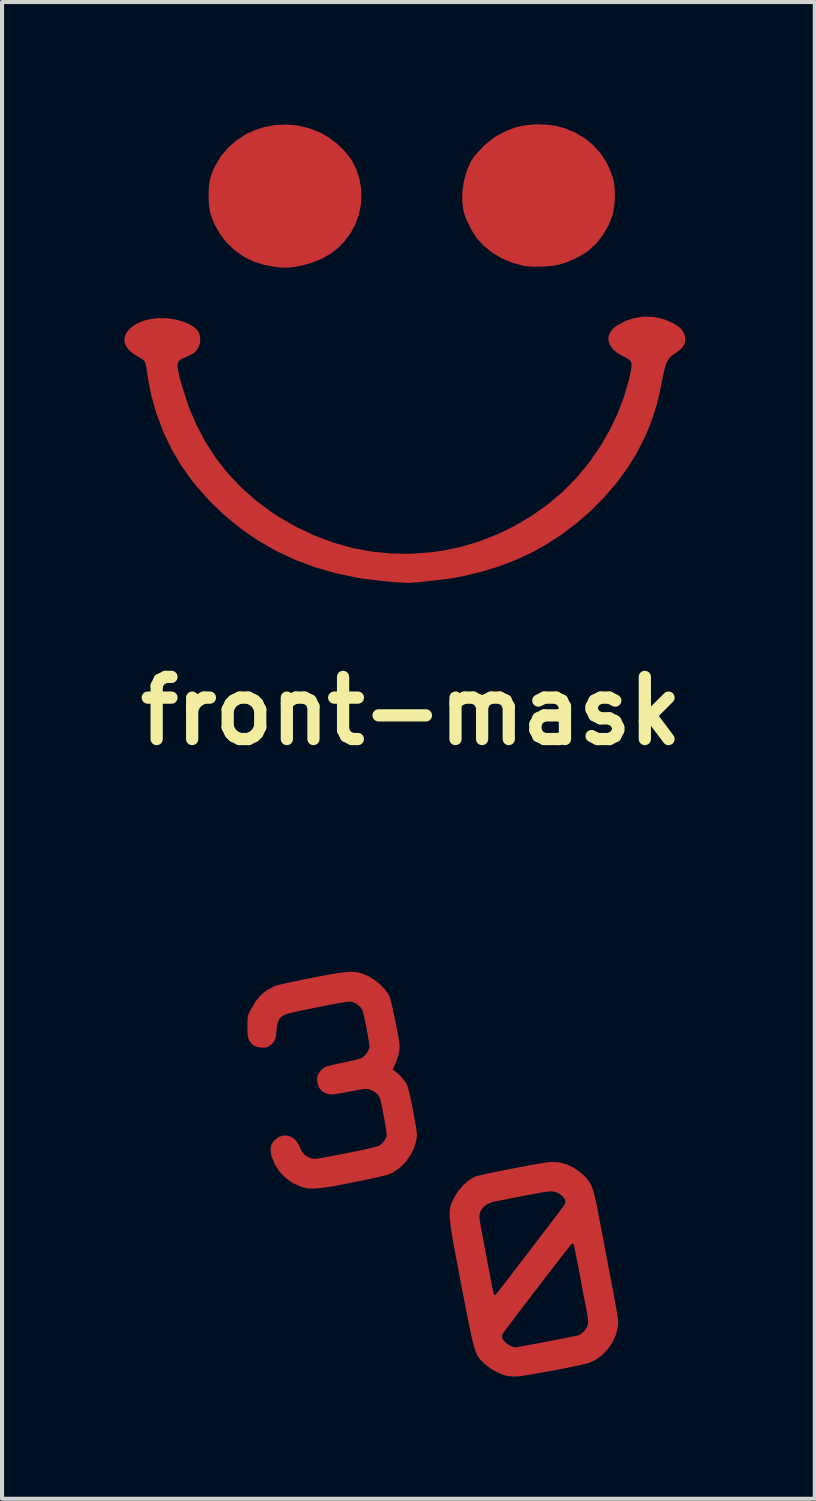
<source format=kicad_pcb>
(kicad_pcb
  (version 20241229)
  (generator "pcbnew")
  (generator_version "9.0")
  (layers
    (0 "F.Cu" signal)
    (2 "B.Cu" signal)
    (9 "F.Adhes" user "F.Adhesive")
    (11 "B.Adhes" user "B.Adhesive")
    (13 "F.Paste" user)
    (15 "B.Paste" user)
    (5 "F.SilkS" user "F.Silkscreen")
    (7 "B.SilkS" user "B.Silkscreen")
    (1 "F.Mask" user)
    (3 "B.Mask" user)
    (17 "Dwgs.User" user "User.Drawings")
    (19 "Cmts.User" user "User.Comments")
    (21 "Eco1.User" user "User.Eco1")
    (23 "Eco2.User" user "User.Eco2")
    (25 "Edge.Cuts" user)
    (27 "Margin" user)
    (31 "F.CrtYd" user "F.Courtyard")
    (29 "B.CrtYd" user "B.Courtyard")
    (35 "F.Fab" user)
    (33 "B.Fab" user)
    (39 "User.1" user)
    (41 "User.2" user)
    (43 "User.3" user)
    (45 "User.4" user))
  (footprint "front-mask"
    (layer "F.Cu")
    (at 7.034 14.388)
    (property "Reference" "front-mask" (at 0 0 0) (layer "F.SilkS") (effects (font (size 1.524 1.524) (thickness 0.3))))
    (attr board_only exclude_from_pos_files exclude_from_bom)
    (fp_poly (pts (xy -2.775 -14.357) (xy -2.506 -14.295) (xy -2.251 -14.197) (xy -2.215 -14.18) (xy -2.014 -14.062) (xy -1.823 -13.918) (xy -1.651 -13.755) (xy -1.507 -13.582) (xy -1.442 -13.485) (xy -1.338 -13.272) (xy -1.264 -13.038) (xy -1.224 -12.793) (xy -1.22 -12.548) (xy -1.228 -12.452) (xy -1.278 -12.186) (xy -1.363 -11.944) (xy -1.483 -11.72) (xy -1.642 -11.511) (xy -1.788 -11.361) (xy -1.97 -11.218) (xy -2.184 -11.095) (xy -2.424 -10.996) (xy -2.684 -10.923) (xy -2.869 -10.89) (xy -2.978 -10.877) (xy -3.07 -10.872) (xy -3.163 -10.874) (xy -3.273 -10.883) (xy -3.326 -10.889) (xy -3.613 -10.942) (xy -3.879 -11.031) (xy -4.123 -11.154) (xy -4.342 -11.31) (xy -4.535 -11.497) (xy -4.699 -11.714) (xy -4.82 -11.932) (xy -4.879 -12.069) (xy -4.921 -12.193) (xy -4.948 -12.32) (xy -4.962 -12.46) (xy -4.967 -12.628) (xy -4.967 -12.647) (xy -4.962 -12.828) (xy -4.945 -12.981) (xy -4.911 -13.121) (xy -4.859 -13.261) (xy -4.804 -13.377) (xy -4.666 -13.605) (xy -4.494 -13.81) (xy -4.291 -13.99) (xy -4.061 -14.14) (xy -3.862 -14.236) (xy -3.602 -14.322) (xy -3.33 -14.371) (xy -3.052 -14.382)) (stroke (width 0) (type solid)) (fill yes) (layer "F.Cu"))
    (fp_poly (pts (xy 3.357 -14.378) (xy 3.575 -14.346) (xy 3.782 -14.288) (xy 3.993 -14.201) (xy 4.038 -14.179) (xy 4.268 -14.041) (xy 4.473 -13.872) (xy 4.65 -13.674) (xy 4.795 -13.451) (xy 4.905 -13.207) (xy 4.96 -13.029) (xy 4.986 -12.877) (xy 4.998 -12.702) (xy 4.995 -12.519) (xy 4.978 -12.342) (xy 4.947 -12.187) (xy 4.936 -12.149) (xy 4.84 -11.908) (xy 4.711 -11.682) (xy 4.554 -11.48) (xy 4.379 -11.312) (xy 4.259 -11.226) (xy 4.111 -11.14) (xy 3.948 -11.061) (xy 3.784 -10.994) (xy 3.644 -10.95) (xy 3.509 -10.924) (xy 3.35 -10.906) (xy 3.179 -10.896) (xy 3.01 -10.895) (xy 2.858 -10.904) (xy 2.746 -10.92) (xy 2.469 -10.997) (xy 2.211 -11.108) (xy 1.976 -11.251) (xy 1.769 -11.422) (xy 1.632 -11.571) (xy 1.552 -11.682) (xy 1.471 -11.817) (xy 1.397 -11.964) (xy 1.335 -12.108) (xy 1.291 -12.238) (xy 1.282 -12.277) (xy 1.254 -12.5) (xy 1.257 -12.737) (xy 1.291 -12.978) (xy 1.353 -13.212) (xy 1.441 -13.427) (xy 1.485 -13.51) (xy 1.557 -13.612) (xy 1.655 -13.726) (xy 1.77 -13.844) (xy 1.893 -13.955) (xy 2.014 -14.05) (xy 2.108 -14.111) (xy 2.331 -14.227) (xy 2.546 -14.309) (xy 2.763 -14.361) (xy 2.996 -14.385) (xy 3.114 -14.388)) (stroke (width 0) (type solid)) (fill yes) (layer "F.Cu"))
    (fp_poly (pts (xy 5.916 -9.667) (xy 6.139 -9.626) (xy 6.266 -9.583) (xy 6.418 -9.515) (xy 6.534 -9.448) (xy 6.618 -9.377) (xy 6.676 -9.297) (xy 6.713 -9.203) (xy 6.714 -9.199) (xy 6.725 -9.085) (xy 6.696 -8.98) (xy 6.624 -8.883) (xy 6.512 -8.794) (xy 6.493 -8.782) (xy 6.414 -8.729) (xy 6.352 -8.673) (xy 6.301 -8.606) (xy 6.26 -8.522) (xy 6.225 -8.415) (xy 6.192 -8.278) (xy 6.162 -8.127) (xy 6.095 -7.798) (xy 6.02 -7.498) (xy 5.932 -7.215) (xy 5.828 -6.938) (xy 5.73 -6.71) (xy 5.534 -6.324) (xy 5.299 -5.946) (xy 5.029 -5.58) (xy 4.727 -5.23) (xy 4.396 -4.899) (xy 4.041 -4.59) (xy 3.664 -4.308) (xy 3.269 -4.055) (xy 2.934 -3.872) (xy 2.551 -3.696) (xy 2.141 -3.541) (xy 1.714 -3.41) (xy 1.281 -3.306) (xy 0.995 -3.253) (xy 0.916 -3.242) (xy 0.812 -3.228) (xy 0.689 -3.213) (xy 0.555 -3.198) (xy 0.418 -3.183) (xy 0.283 -3.169) (xy 0.16 -3.157) (xy 0.054 -3.147) (xy -0.027 -3.141) (xy -0.075 -3.139) (xy -0.083 -3.139) (xy -0.121 -3.142) (xy -0.186 -3.146) (xy -0.254 -3.15) (xy -0.388 -3.158) (xy -0.552 -3.172) (xy -0.731 -3.19) (xy -0.915 -3.211) (xy -1.089 -3.233) (xy -1.242 -3.254) (xy -1.303 -3.264) (xy -1.835 -3.374) (xy -2.346 -3.52) (xy -2.835 -3.703) (xy -3.302 -3.921) (xy -3.746 -4.174) (xy -4.167 -4.462) (xy -4.564 -4.786) (xy -4.936 -5.143) (xy -5.284 -5.535) (xy -5.376 -5.65) (xy -5.643 -6.025) (xy -5.878 -6.425) (xy -6.079 -6.846) (xy -6.244 -7.285) (xy -6.372 -7.736) (xy -6.462 -8.196) (xy -6.482 -8.345) (xy -6.496 -8.434) (xy -6.513 -8.511) (xy -6.531 -8.564) (xy -6.536 -8.572) (xy -6.572 -8.609) (xy -6.632 -8.652) (xy -6.678 -8.677) (xy -6.824 -8.766) (xy -6.933 -8.863) (xy -7.003 -8.967) (xy -7.034 -9.074) (xy -7.025 -9.182) (xy -6.976 -9.289) (xy -6.886 -9.392) (xy -6.885 -9.392) (xy -6.745 -9.492) (xy -6.577 -9.566) (xy -6.388 -9.615) (xy -6.185 -9.636) (xy -5.975 -9.631) (xy -5.764 -9.599) (xy -5.559 -9.538) (xy -5.467 -9.5) (xy -5.334 -9.424) (xy -5.241 -9.335) (xy -5.198 -9.264) (xy -5.171 -9.152) (xy -5.178 -9.033) (xy -5.215 -8.919) (xy -5.279 -8.823) (xy -5.32 -8.786) (xy -5.377 -8.75) (xy -5.456 -8.709) (xy -5.535 -8.674) (xy -5.606 -8.644) (xy -5.661 -8.612) (xy -5.699 -8.574) (xy -5.721 -8.526) (xy -5.729 -8.462) (xy -5.721 -8.378) (xy -5.699 -8.268) (xy -5.664 -8.128) (xy -5.615 -7.952) (xy -5.612 -7.941) (xy -5.459 -7.47) (xy -5.27 -7.024) (xy -5.048 -6.603) (xy -4.792 -6.207) (xy -4.503 -5.837) (xy -4.18 -5.493) (xy -3.825 -5.176) (xy -3.438 -4.886) (xy -3.247 -4.761) (xy -2.807 -4.508) (xy -2.357 -4.296) (xy -1.898 -4.125) (xy -1.431 -3.995) (xy -0.957 -3.907) (xy -0.476 -3.86) (xy 0.01 -3.855) (xy 0.501 -3.892) (xy 0.784 -3.932) (xy 1.239 -4.028) (xy 1.688 -4.164) (xy 2.127 -4.337) (xy 2.551 -4.545) (xy 2.957 -4.786) (xy 3.341 -5.058) (xy 3.698 -5.357) (xy 4.025 -5.683) (xy 4.067 -5.73) (xy 4.363 -6.09) (xy 4.629 -6.471) (xy 4.862 -6.87) (xy 5.06 -7.283) (xy 5.222 -7.704) (xy 5.345 -8.129) (xy 5.38 -8.291) (xy 5.402 -8.408) (xy 5.41 -8.492) (xy 5.4 -8.553) (xy 5.368 -8.6) (xy 5.31 -8.641) (xy 5.223 -8.686) (xy 5.204 -8.695) (xy 5.059 -8.779) (xy 4.949 -8.874) (xy 4.876 -8.976) (xy 4.84 -9.081) (xy 4.842 -9.187) (xy 4.882 -9.291) (xy 4.962 -9.388) (xy 5.043 -9.451) (xy 5.246 -9.561) (xy 5.463 -9.634) (xy 5.688 -9.67)) (stroke (width 0) (type solid)) (fill yes) (layer "F.Cu"))
    (fp_poly (pts (xy -1.413 6.4) (xy -1.34 6.407) (xy -1.272 6.421) (xy -1.204 6.44) (xy -1.203 6.44) (xy -1.057 6.5) (xy -0.91 6.589) (xy -0.771 6.698) (xy -0.651 6.819) (xy -0.56 6.945) (xy -0.533 6.994) (xy -0.517 7.039) (xy -0.495 7.12) (xy -0.469 7.228) (xy -0.44 7.357) (xy -0.409 7.5) (xy -0.378 7.651) (xy -0.348 7.801) (xy -0.321 7.945) (xy -0.299 8.075) (xy -0.286 8.157) (xy -0.284 8.289) (xy -0.311 8.441) (xy -0.365 8.601) (xy -0.385 8.649) (xy -0.453 8.796) (xy -0.391 8.84) (xy -0.293 8.922) (xy -0.201 9.021) (xy -0.128 9.122) (xy -0.107 9.161) (xy -0.084 9.221) (xy -0.057 9.318) (xy -0.026 9.447) (xy 0.008 9.601) (xy 0.044 9.777) (xy 0.079 9.968) (xy 0.114 10.169) (xy 0.117 10.186) (xy 0.134 10.295) (xy 0.141 10.377) (xy 0.141 10.444) (xy 0.132 10.511) (xy 0.128 10.533) (xy 0.072 10.72) (xy -0.017 10.897) (xy -0.133 11.06) (xy -0.271 11.2) (xy -0.426 11.31) (xy -0.557 11.372) (xy -0.603 11.386) (xy -0.685 11.406) (xy -0.798 11.432) (xy -0.936 11.463) (xy -1.093 11.496) (xy -1.264 11.531) (xy -1.426 11.564) (xy -1.665 11.611) (xy -1.867 11.649) (xy -2.037 11.678) (xy -2.18 11.699) (xy -2.299 11.711) (xy -2.399 11.717) (xy -2.486 11.715) (xy -2.562 11.706) (xy -2.634 11.69) (xy -2.705 11.669) (xy -2.712 11.667) (xy -2.903 11.58) (xy -3.074 11.46) (xy -3.218 11.314) (xy -3.333 11.144) (xy -3.412 10.957) (xy -3.434 10.877) (xy -3.449 10.755) (xy -3.432 10.653) (xy -3.38 10.563) (xy -3.351 10.531) (xy -3.254 10.454) (xy -3.149 10.416) (xy -3.041 10.415) (xy -2.938 10.449) (xy -2.845 10.516) (xy -2.769 10.615) (xy -2.732 10.694) (xy -2.677 10.811) (xy -2.606 10.894) (xy -2.514 10.949) (xy -2.476 10.964) (xy -2.436 10.976) (xy -2.4 10.983) (xy -2.359 10.985) (xy -2.305 10.98) (xy -2.231 10.97) (xy -2.129 10.951) (xy -2.029 10.933) (xy -1.735 10.877) (xy -1.478 10.827) (xy -1.26 10.782) (xy -1.081 10.743) (xy -0.941 10.711) (xy -0.842 10.684) (xy -0.784 10.664) (xy -0.775 10.66) (xy -0.705 10.601) (xy -0.642 10.519) (xy -0.602 10.433) (xy -0.6 10.424) (xy -0.6 10.388) (xy -0.607 10.318) (xy -0.621 10.222) (xy -0.64 10.109) (xy -0.662 9.985) (xy -0.686 9.858) (xy -0.71 9.737) (xy -0.733 9.63) (xy -0.754 9.543) (xy -0.771 9.485) (xy -0.774 9.477) (xy -0.824 9.403) (xy -0.903 9.337) (xy -1.001 9.289) (xy -1.029 9.281) (xy -1.067 9.273) (xy -1.11 9.271) (xy -1.167 9.275) (xy -1.243 9.286) (xy -1.346 9.305) (xy -1.483 9.332) (xy -1.611 9.356) (xy -1.734 9.378) (xy -1.84 9.394) (xy -1.922 9.404) (xy -1.96 9.406) (xy -2.078 9.387) (xy -2.176 9.334) (xy -2.25 9.254) (xy -2.295 9.151) (xy -2.307 9.032) (xy -2.3 8.973) (xy -2.265 8.884) (xy -2.2 8.801) (xy -2.117 8.738) (xy -2.112 8.735) (xy -2.071 8.72) (xy -1.996 8.7) (xy -1.895 8.675) (xy -1.776 8.648) (xy -1.646 8.621) (xy -1.644 8.62) (xy -1.481 8.586) (xy -1.35 8.555) (xy -1.254 8.527) (xy -1.197 8.505) (xy -1.188 8.499) (xy -1.125 8.439) (xy -1.068 8.361) (xy -1.03 8.284) (xy -1.024 8.265) (xy -1.024 8.228) (xy -1.031 8.158) (xy -1.045 8.062) (xy -1.064 7.948) (xy -1.086 7.825) (xy -1.11 7.7) (xy -1.135 7.58) (xy -1.158 7.475) (xy -1.179 7.391) (xy -1.195 7.337) (xy -1.199 7.327) (xy -1.255 7.252) (xy -1.338 7.185) (xy -1.43 7.14) (xy -1.436 7.138) (xy -1.461 7.133) (xy -1.494 7.131) (xy -1.538 7.133) (xy -1.598 7.139) (xy -1.678 7.152) (xy -1.782 7.17) (xy -1.916 7.194) (xy -2.082 7.226) (xy -2.269 7.263) (xy -2.479 7.305) (xy -2.664 7.343) (xy -2.823 7.378) (xy -2.951 7.408) (xy -3.044 7.432) (xy -3.101 7.451) (xy -3.109 7.454) (xy -3.185 7.505) (xy -3.24 7.571) (xy -3.275 7.659) (xy -3.297 7.778) (xy -3.303 7.85) (xy -3.314 7.968) (xy -3.334 8.054) (xy -3.368 8.119) (xy -3.42 8.174) (xy -3.476 8.216) (xy -3.527 8.245) (xy -3.579 8.258) (xy -3.65 8.259) (xy -3.676 8.258) (xy -3.797 8.237) (xy -3.889 8.188) (xy -3.957 8.109) (xy -3.975 8.077) (xy -3.993 8.033) (xy -4.004 7.979) (xy -4.011 7.907) (xy -4.014 7.807) (xy -4.014 7.742) (xy -4.014 7.633) (xy -4.011 7.555) (xy -4.004 7.497) (xy -3.99 7.446) (xy -3.967 7.392) (xy -3.936 7.329) (xy -3.821 7.133) (xy -3.69 6.975) (xy -3.541 6.851) (xy -3.37 6.761) (xy -3.315 6.74) (xy -3.265 6.725) (xy -3.179 6.704) (xy -3.062 6.678) (xy -2.921 6.647) (xy -2.762 6.613) (xy -2.589 6.578) (xy -2.431 6.546) (xy -2.199 6.501) (xy -2.003 6.465) (xy -1.839 6.437) (xy -1.703 6.417) (xy -1.589 6.404) (xy -1.494 6.398)) (stroke (width 0) (type solid)) (fill yes) (layer "F.Cu"))
    (fp_poly (pts (xy 3.614 11.07) (xy 3.808 11.118) (xy 3.994 11.206) (xy 4.17 11.335) (xy 4.228 11.387) (xy 4.286 11.446) (xy 4.335 11.502) (xy 4.377 11.561) (xy 4.414 11.627) (xy 4.447 11.706) (xy 4.478 11.802) (xy 4.508 11.921) (xy 4.541 12.067) (xy 4.577 12.245) (xy 4.616 12.447) (xy 4.648 12.618) (xy 4.687 12.822) (xy 4.73 13.048) (xy 4.775 13.289) (xy 4.822 13.535) (xy 4.867 13.776) (xy 4.911 14.004) (xy 4.916 14.032) (xy 4.958 14.253) (xy 4.992 14.437) (xy 5.02 14.588) (xy 5.042 14.71) (xy 5.058 14.807) (xy 5.069 14.884) (xy 5.076 14.945) (xy 5.079 14.993) (xy 5.078 15.034) (xy 5.076 15.071) (xy 5.071 15.108) (xy 5.07 15.116) (xy 5.022 15.306) (xy 4.94 15.488) (xy 4.826 15.654) (xy 4.688 15.798) (xy 4.53 15.914) (xy 4.363 15.992) (xy 4.306 16.008) (xy 4.214 16.03) (xy 4.092 16.057) (xy 3.947 16.087) (xy 3.785 16.12) (xy 3.612 16.153) (xy 3.435 16.187) (xy 3.259 16.219) (xy 3.091 16.249) (xy 2.938 16.276) (xy 2.804 16.297) (xy 2.697 16.313) (xy 2.622 16.322) (xy 2.606 16.323) (xy 2.512 16.325) (xy 2.419 16.32) (xy 2.351 16.311) (xy 2.229 16.274) (xy 2.093 16.212) (xy 1.958 16.134) (xy 1.839 16.047) (xy 1.78 15.995) (xy 1.739 15.954) (xy 1.703 15.916) (xy 1.671 15.878) (xy 1.643 15.837) (xy 1.616 15.789) (xy 1.59 15.732) (xy 1.565 15.663) (xy 1.54 15.579) (xy 1.513 15.476) (xy 1.484 15.352) (xy 1.477 15.322) (xy 2.229 15.322) (xy 2.232 15.365) (xy 2.245 15.399) (xy 2.292 15.469) (xy 2.367 15.534) (xy 2.456 15.584) (xy 2.544 15.61) (xy 2.553 15.611) (xy 2.578 15.608) (xy 2.64 15.597) (xy 2.733 15.581) (xy 2.854 15.559) (xy 2.996 15.532) (xy 3.156 15.502) (xy 3.305 15.474) (xy 3.478 15.441) (xy 3.64 15.41) (xy 3.786 15.381) (xy 3.911 15.356) (xy 4.009 15.336) (xy 4.074 15.322) (xy 4.101 15.315) (xy 4.171 15.277) (xy 4.242 15.214) (xy 4.299 15.14) (xy 4.32 15.098) (xy 4.335 15.049) (xy 4.341 14.994) (xy 4.338 14.925) (xy 4.327 14.834) (xy 4.306 14.713) (xy 4.291 14.636) (xy 4.273 14.546) (xy 4.249 14.422) (xy 4.22 14.273) (xy 4.189 14.108) (xy 4.156 13.933) (xy 4.123 13.758) (xy 4.119 13.738) (xy 4.089 13.579) (xy 4.06 13.432) (xy 4.035 13.304) (xy 4.013 13.199) (xy 3.997 13.123) (xy 3.987 13.082) (xy 3.985 13.076) (xy 3.966 13.06) (xy 3.936 13.076) (xy 3.917 13.097) (xy 3.876 13.148) (xy 3.814 13.226) (xy 3.735 13.328) (xy 3.641 13.449) (xy 3.534 13.586) (xy 3.418 13.737) (xy 3.295 13.896) (xy 3.168 14.062) (xy 3.039 14.23) (xy 2.911 14.397) (xy 2.788 14.559) (xy 2.67 14.713) (xy 2.562 14.856) (xy 2.465 14.984) (xy 2.383 15.093) (xy 2.318 15.18) (xy 2.273 15.242) (xy 2.25 15.274) (xy 2.249 15.276) (xy 2.229 15.322) (xy 1.477 15.322) (xy 1.451 15.204) (xy 1.415 15.028) (xy 1.374 14.821) (xy 1.327 14.581) (xy 1.274 14.305) (xy 1.236 14.107) (xy 1.175 13.792) (xy 1.123 13.516) (xy 1.078 13.275) (xy 1.04 13.067) (xy 1.009 12.888) (xy 0.984 12.736) (xy 0.965 12.608) (xy 0.953 12.5) (xy 0.945 12.409) (xy 0.945 12.398) (xy 1.674 12.398) (xy 1.677 12.444) (xy 1.688 12.522) (xy 1.705 12.623) (xy 1.725 12.738) (xy 1.736 12.797) (xy 1.758 12.911) (xy 1.785 13.056) (xy 1.817 13.222) (xy 1.85 13.4) (xy 1.884 13.578) (xy 1.906 13.696) (xy 1.941 13.878) (xy 1.968 14.023) (xy 1.99 14.134) (xy 2.007 14.216) (xy 2.02 14.273) (xy 2.03 14.309) (xy 2.039 14.327) (xy 2.047 14.332) (xy 2.056 14.328) (xy 2.067 14.319) (xy 2.069 14.318) (xy 2.092 14.292) (xy 2.136 14.24) (xy 2.195 14.167) (xy 2.263 14.08) (xy 2.296 14.036) (xy 2.35 13.966) (xy 2.426 13.867) (xy 2.52 13.744) (xy 2.629 13.601) (xy 2.75 13.444) (xy 2.878 13.277) (xy 3.01 13.104) (xy 3.117 12.965) (xy 3.243 12.801) (xy 3.361 12.646) (xy 3.469 12.503) (xy 3.565 12.377) (xy 3.645 12.27) (xy 3.708 12.186) (xy 3.75 12.128) (xy 3.769 12.1) (xy 3.769 12.1) (xy 3.786 12.031) (xy 3.763 11.962) (xy 3.699 11.889) (xy 3.697 11.888) (xy 3.61 11.826) (xy 3.518 11.792) (xy 3.409 11.784) (xy 3.287 11.798) (xy 3.201 11.813) (xy 3.089 11.833) (xy 2.956 11.858) (xy 2.811 11.885) (xy 2.659 11.914) (xy 2.507 11.944) (xy 2.362 11.972) (xy 2.231 11.998) (xy 2.12 12.021) (xy 2.036 12.038) (xy 1.986 12.05) (xy 1.981 12.051) (xy 1.862 12.101) (xy 1.768 12.176) (xy 1.703 12.268) (xy 1.675 12.373) (xy 1.674 12.398) (xy 0.945 12.398) (xy 0.943 12.334) (xy 0.945 12.269) (xy 0.952 12.213) (xy 0.962 12.163) (xy 0.977 12.115) (xy 0.994 12.067) (xy 0.995 12.064) (xy 1.068 11.911) (xy 1.165 11.765) (xy 1.279 11.633) (xy 1.401 11.523) (xy 1.526 11.443) (xy 1.577 11.421) (xy 1.629 11.405) (xy 1.717 11.384) (xy 1.834 11.357) (xy 1.976 11.327) (xy 2.136 11.294) (xy 2.308 11.259) (xy 2.486 11.225) (xy 2.665 11.19) (xy 2.839 11.158) (xy 3.002 11.129) (xy 3.147 11.103) (xy 3.27 11.083) (xy 3.363 11.07) (xy 3.413 11.065)) (stroke (width 0) (type solid)) (fill yes) (layer "F.Cu"))
    (fp_poly (pts (xy -2.775 -14.357) (xy -2.506 -14.295) (xy -2.251 -14.197) (xy -2.215 -14.18) (xy -2.014 -14.062) (xy -1.823 -13.918) (xy -1.651 -13.755) (xy -1.507 -13.582) (xy -1.442 -13.485) (xy -1.338 -13.272) (xy -1.264 -13.038) (xy -1.224 -12.793) (xy -1.22 -12.548) (xy -1.228 -12.452) (xy -1.278 -12.186) (xy -1.363 -11.944) (xy -1.483 -11.72) (xy -1.642 -11.511) (xy -1.788 -11.361) (xy -1.97 -11.218) (xy -2.184 -11.095) (xy -2.424 -10.996) (xy -2.684 -10.923) (xy -2.869 -10.89) (xy -2.978 -10.877) (xy -3.07 -10.872) (xy -3.163 -10.874) (xy -3.273 -10.883) (xy -3.326 -10.889) (xy -3.613 -10.942) (xy -3.879 -11.031) (xy -4.123 -11.154) (xy -4.342 -11.31) (xy -4.535 -11.497) (xy -4.699 -11.714) (xy -4.82 -11.932) (xy -4.879 -12.069) (xy -4.921 -12.193) (xy -4.948 -12.32) (xy -4.962 -12.46) (xy -4.967 -12.628) (xy -4.967 -12.647) (xy -4.962 -12.828) (xy -4.945 -12.981) (xy -4.911 -13.121) (xy -4.859 -13.261) (xy -4.804 -13.377) (xy -4.666 -13.605) (xy -4.494 -13.81) (xy -4.291 -13.99) (xy -4.061 -14.14) (xy -3.862 -14.236) (xy -3.602 -14.322) (xy -3.33 -14.371) (xy -3.052 -14.382)) (stroke (width 0) (type solid)) (fill yes) (layer "F.Mask"))
    (fp_poly (pts (xy 3.357 -14.378) (xy 3.575 -14.346) (xy 3.782 -14.288) (xy 3.993 -14.201) (xy 4.038 -14.179) (xy 4.268 -14.041) (xy 4.473 -13.872) (xy 4.65 -13.674) (xy 4.795 -13.451) (xy 4.905 -13.207) (xy 4.96 -13.029) (xy 4.986 -12.877) (xy 4.998 -12.702) (xy 4.995 -12.519) (xy 4.978 -12.342) (xy 4.947 -12.187) (xy 4.936 -12.149) (xy 4.84 -11.908) (xy 4.711 -11.682) (xy 4.554 -11.48) (xy 4.379 -11.312) (xy 4.259 -11.226) (xy 4.111 -11.14) (xy 3.948 -11.061) (xy 3.784 -10.994) (xy 3.644 -10.95) (xy 3.509 -10.924) (xy 3.35 -10.906) (xy 3.179 -10.896) (xy 3.01 -10.895) (xy 2.858 -10.904) (xy 2.746 -10.92) (xy 2.469 -10.997) (xy 2.211 -11.108) (xy 1.976 -11.251) (xy 1.769 -11.422) (xy 1.632 -11.571) (xy 1.552 -11.682) (xy 1.471 -11.817) (xy 1.397 -11.964) (xy 1.335 -12.108) (xy 1.291 -12.238) (xy 1.282 -12.277) (xy 1.254 -12.5) (xy 1.257 -12.737) (xy 1.291 -12.978) (xy 1.353 -13.212) (xy 1.441 -13.427) (xy 1.485 -13.51) (xy 1.557 -13.612) (xy 1.655 -13.726) (xy 1.77 -13.844) (xy 1.893 -13.955) (xy 2.014 -14.05) (xy 2.108 -14.111) (xy 2.331 -14.227) (xy 2.546 -14.309) (xy 2.763 -14.361) (xy 2.996 -14.385) (xy 3.114 -14.388)) (stroke (width 0) (type solid)) (fill yes) (layer "F.Mask"))
    (fp_poly (pts (xy 5.916 -9.667) (xy 6.139 -9.626) (xy 6.266 -9.583) (xy 6.418 -9.515) (xy 6.534 -9.448) (xy 6.618 -9.377) (xy 6.676 -9.297) (xy 6.713 -9.203) (xy 6.714 -9.199) (xy 6.725 -9.085) (xy 6.696 -8.98) (xy 6.624 -8.883) (xy 6.512 -8.794) (xy 6.493 -8.782) (xy 6.414 -8.729) (xy 6.352 -8.673) (xy 6.301 -8.606) (xy 6.26 -8.522) (xy 6.225 -8.415) (xy 6.192 -8.278) (xy 6.162 -8.127) (xy 6.095 -7.798) (xy 6.02 -7.498) (xy 5.932 -7.215) (xy 5.828 -6.938) (xy 5.73 -6.71) (xy 5.534 -6.324) (xy 5.299 -5.946) (xy 5.029 -5.58) (xy 4.727 -5.23) (xy 4.396 -4.899) (xy 4.041 -4.59) (xy 3.664 -4.308) (xy 3.269 -4.055) (xy 2.934 -3.872) (xy 2.551 -3.696) (xy 2.141 -3.541) (xy 1.714 -3.41) (xy 1.281 -3.306) (xy 0.995 -3.253) (xy 0.916 -3.242) (xy 0.812 -3.228) (xy 0.689 -3.213) (xy 0.555 -3.198) (xy 0.418 -3.183) (xy 0.283 -3.169) (xy 0.16 -3.157) (xy 0.054 -3.147) (xy -0.027 -3.141) (xy -0.075 -3.139) (xy -0.083 -3.139) (xy -0.121 -3.142) (xy -0.186 -3.146) (xy -0.254 -3.15) (xy -0.388 -3.158) (xy -0.552 -3.172) (xy -0.731 -3.19) (xy -0.915 -3.211) (xy -1.089 -3.233) (xy -1.242 -3.254) (xy -1.303 -3.264) (xy -1.835 -3.374) (xy -2.346 -3.52) (xy -2.835 -3.703) (xy -3.302 -3.921) (xy -3.746 -4.174) (xy -4.167 -4.462) (xy -4.564 -4.786) (xy -4.936 -5.143) (xy -5.284 -5.535) (xy -5.376 -5.65) (xy -5.643 -6.025) (xy -5.878 -6.425) (xy -6.079 -6.846) (xy -6.244 -7.285) (xy -6.372 -7.736) (xy -6.462 -8.196) (xy -6.482 -8.345) (xy -6.496 -8.434) (xy -6.513 -8.511) (xy -6.531 -8.564) (xy -6.536 -8.572) (xy -6.572 -8.609) (xy -6.632 -8.652) (xy -6.678 -8.677) (xy -6.824 -8.766) (xy -6.933 -8.863) (xy -7.003 -8.967) (xy -7.034 -9.074) (xy -7.025 -9.182) (xy -6.976 -9.289) (xy -6.886 -9.392) (xy -6.885 -9.392) (xy -6.745 -9.492) (xy -6.577 -9.566) (xy -6.388 -9.615) (xy -6.185 -9.636) (xy -5.975 -9.631) (xy -5.764 -9.599) (xy -5.559 -9.538) (xy -5.467 -9.5) (xy -5.334 -9.424) (xy -5.241 -9.335) (xy -5.198 -9.264) (xy -5.171 -9.152) (xy -5.178 -9.033) (xy -5.215 -8.919) (xy -5.279 -8.823) (xy -5.32 -8.786) (xy -5.377 -8.75) (xy -5.456 -8.709) (xy -5.535 -8.674) (xy -5.606 -8.644) (xy -5.661 -8.612) (xy -5.699 -8.574) (xy -5.721 -8.526) (xy -5.729 -8.462) (xy -5.721 -8.378) (xy -5.699 -8.268) (xy -5.664 -8.128) (xy -5.615 -7.952) (xy -5.612 -7.941) (xy -5.459 -7.47) (xy -5.27 -7.024) (xy -5.048 -6.603) (xy -4.792 -6.207) (xy -4.503 -5.837) (xy -4.18 -5.493) (xy -3.825 -5.176) (xy -3.438 -4.886) (xy -3.247 -4.761) (xy -2.807 -4.508) (xy -2.357 -4.296) (xy -1.898 -4.125) (xy -1.431 -3.995) (xy -0.957 -3.907) (xy -0.476 -3.86) (xy 0.01 -3.855) (xy 0.501 -3.892) (xy 0.784 -3.932) (xy 1.239 -4.028) (xy 1.688 -4.164) (xy 2.127 -4.337) (xy 2.551 -4.545) (xy 2.957 -4.786) (xy 3.341 -5.058) (xy 3.698 -5.357) (xy 4.025 -5.683) (xy 4.067 -5.73) (xy 4.363 -6.09) (xy 4.629 -6.471) (xy 4.862 -6.87) (xy 5.06 -7.283) (xy 5.222 -7.704) (xy 5.345 -8.129) (xy 5.38 -8.291) (xy 5.402 -8.408) (xy 5.41 -8.492) (xy 5.4 -8.553) (xy 5.368 -8.6) (xy 5.31 -8.641) (xy 5.223 -8.686) (xy 5.204 -8.695) (xy 5.059 -8.779) (xy 4.949 -8.874) (xy 4.876 -8.976) (xy 4.84 -9.081) (xy 4.842 -9.187) (xy 4.882 -9.291) (xy 4.962 -9.388) (xy 5.043 -9.451) (xy 5.246 -9.561) (xy 5.463 -9.634) (xy 5.688 -9.67)) (stroke (width 0) (type solid)) (fill yes) (layer "F.Mask"))
    (fp_poly (pts (xy -1.413 6.4) (xy -1.34 6.407) (xy -1.272 6.421) (xy -1.204 6.44) (xy -1.203 6.44) (xy -1.057 6.5) (xy -0.91 6.589) (xy -0.771 6.698) (xy -0.651 6.819) (xy -0.56 6.945) (xy -0.533 6.994) (xy -0.517 7.039) (xy -0.495 7.12) (xy -0.469 7.228) (xy -0.44 7.357) (xy -0.409 7.5) (xy -0.378 7.651) (xy -0.348 7.801) (xy -0.321 7.945) (xy -0.299 8.075) (xy -0.286 8.157) (xy -0.284 8.289) (xy -0.311 8.441) (xy -0.365 8.601) (xy -0.385 8.649) (xy -0.453 8.796) (xy -0.391 8.84) (xy -0.293 8.922) (xy -0.201 9.021) (xy -0.128 9.122) (xy -0.107 9.161) (xy -0.084 9.221) (xy -0.057 9.318) (xy -0.026 9.447) (xy 0.008 9.601) (xy 0.044 9.777) (xy 0.079 9.968) (xy 0.114 10.169) (xy 0.117 10.186) (xy 0.134 10.295) (xy 0.141 10.377) (xy 0.141 10.444) (xy 0.132 10.511) (xy 0.128 10.533) (xy 0.072 10.72) (xy -0.017 10.897) (xy -0.133 11.06) (xy -0.271 11.2) (xy -0.426 11.31) (xy -0.557 11.372) (xy -0.603 11.386) (xy -0.685 11.406) (xy -0.798 11.432) (xy -0.936 11.463) (xy -1.093 11.496) (xy -1.264 11.531) (xy -1.426 11.564) (xy -1.665 11.611) (xy -1.867 11.649) (xy -2.037 11.678) (xy -2.18 11.699) (xy -2.299 11.711) (xy -2.399 11.717) (xy -2.486 11.715) (xy -2.562 11.706) (xy -2.634 11.69) (xy -2.705 11.669) (xy -2.712 11.667) (xy -2.903 11.58) (xy -3.074 11.46) (xy -3.218 11.314) (xy -3.333 11.144) (xy -3.412 10.957) (xy -3.434 10.877) (xy -3.449 10.755) (xy -3.432 10.653) (xy -3.38 10.563) (xy -3.351 10.531) (xy -3.254 10.454) (xy -3.149 10.416) (xy -3.041 10.415) (xy -2.938 10.449) (xy -2.845 10.516) (xy -2.769 10.615) (xy -2.732 10.694) (xy -2.677 10.811) (xy -2.606 10.894) (xy -2.514 10.949) (xy -2.476 10.964) (xy -2.436 10.976) (xy -2.4 10.983) (xy -2.359 10.985) (xy -2.305 10.98) (xy -2.231 10.97) (xy -2.129 10.951) (xy -2.029 10.933) (xy -1.735 10.877) (xy -1.478 10.827) (xy -1.26 10.782) (xy -1.081 10.743) (xy -0.941 10.711) (xy -0.842 10.684) (xy -0.784 10.664) (xy -0.775 10.66) (xy -0.705 10.601) (xy -0.642 10.519) (xy -0.602 10.433) (xy -0.6 10.424) (xy -0.6 10.388) (xy -0.607 10.318) (xy -0.621 10.222) (xy -0.64 10.109) (xy -0.662 9.985) (xy -0.686 9.858) (xy -0.71 9.737) (xy -0.733 9.63) (xy -0.754 9.543) (xy -0.771 9.485) (xy -0.774 9.477) (xy -0.824 9.403) (xy -0.903 9.337) (xy -1.001 9.289) (xy -1.029 9.281) (xy -1.067 9.273) (xy -1.11 9.271) (xy -1.167 9.275) (xy -1.243 9.286) (xy -1.346 9.305) (xy -1.483 9.332) (xy -1.611 9.356) (xy -1.734 9.378) (xy -1.84 9.394) (xy -1.922 9.404) (xy -1.96 9.406) (xy -2.078 9.387) (xy -2.176 9.334) (xy -2.25 9.254) (xy -2.295 9.151) (xy -2.307 9.032) (xy -2.3 8.973) (xy -2.265 8.884) (xy -2.2 8.801) (xy -2.117 8.738) (xy -2.112 8.735) (xy -2.071 8.72) (xy -1.996 8.7) (xy -1.895 8.675) (xy -1.776 8.648) (xy -1.646 8.621) (xy -1.644 8.62) (xy -1.481 8.586) (xy -1.35 8.555) (xy -1.254 8.527) (xy -1.197 8.505) (xy -1.188 8.499) (xy -1.125 8.439) (xy -1.068 8.361) (xy -1.03 8.284) (xy -1.024 8.265) (xy -1.024 8.228) (xy -1.031 8.158) (xy -1.045 8.062) (xy -1.064 7.948) (xy -1.086 7.825) (xy -1.11 7.7) (xy -1.135 7.58) (xy -1.158 7.475) (xy -1.179 7.391) (xy -1.195 7.337) (xy -1.199 7.327) (xy -1.255 7.252) (xy -1.338 7.185) (xy -1.43 7.14) (xy -1.436 7.138) (xy -1.461 7.133) (xy -1.494 7.131) (xy -1.538 7.133) (xy -1.598 7.139) (xy -1.678 7.152) (xy -1.782 7.17) (xy -1.916 7.194) (xy -2.082 7.226) (xy -2.269 7.263) (xy -2.479 7.305) (xy -2.664 7.343) (xy -2.823 7.378) (xy -2.951 7.408) (xy -3.044 7.432) (xy -3.101 7.451) (xy -3.109 7.454) (xy -3.185 7.505) (xy -3.24 7.571) (xy -3.275 7.659) (xy -3.297 7.778) (xy -3.303 7.85) (xy -3.314 7.968) (xy -3.334 8.054) (xy -3.368 8.119) (xy -3.42 8.174) (xy -3.476 8.216) (xy -3.527 8.245) (xy -3.579 8.258) (xy -3.65 8.259) (xy -3.676 8.258) (xy -3.797 8.237) (xy -3.889 8.188) (xy -3.957 8.109) (xy -3.975 8.077) (xy -3.993 8.033) (xy -4.004 7.979) (xy -4.011 7.907) (xy -4.014 7.807) (xy -4.014 7.742) (xy -4.014 7.633) (xy -4.011 7.555) (xy -4.004 7.497) (xy -3.99 7.446) (xy -3.967 7.392) (xy -3.936 7.329) (xy -3.821 7.133) (xy -3.69 6.975) (xy -3.541 6.851) (xy -3.37 6.761) (xy -3.315 6.74) (xy -3.265 6.725) (xy -3.179 6.704) (xy -3.062 6.678) (xy -2.921 6.647) (xy -2.762 6.613) (xy -2.589 6.578) (xy -2.431 6.546) (xy -2.199 6.501) (xy -2.003 6.465) (xy -1.839 6.437) (xy -1.703 6.417) (xy -1.589 6.404) (xy -1.494 6.398)) (stroke (width 0) (type solid)) (fill yes) (layer "F.Mask"))
    (fp_poly (pts (xy 3.614 11.07) (xy 3.808 11.118) (xy 3.994 11.206) (xy 4.17 11.335) (xy 4.228 11.387) (xy 4.286 11.446) (xy 4.335 11.502) (xy 4.377 11.561) (xy 4.414 11.627) (xy 4.447 11.706) (xy 4.478 11.802) (xy 4.508 11.921) (xy 4.541 12.067) (xy 4.577 12.245) (xy 4.616 12.447) (xy 4.648 12.618) (xy 4.687 12.822) (xy 4.73 13.048) (xy 4.775 13.289) (xy 4.822 13.535) (xy 4.867 13.776) (xy 4.911 14.004) (xy 4.916 14.032) (xy 4.958 14.253) (xy 4.992 14.437) (xy 5.02 14.588) (xy 5.042 14.71) (xy 5.058 14.807) (xy 5.069 14.884) (xy 5.076 14.945) (xy 5.079 14.993) (xy 5.078 15.034) (xy 5.076 15.071) (xy 5.071 15.108) (xy 5.07 15.116) (xy 5.022 15.306) (xy 4.94 15.488) (xy 4.826 15.654) (xy 4.688 15.798) (xy 4.53 15.914) (xy 4.363 15.992) (xy 4.306 16.008) (xy 4.214 16.03) (xy 4.092 16.057) (xy 3.947 16.087) (xy 3.785 16.12) (xy 3.612 16.153) (xy 3.435 16.187) (xy 3.259 16.219) (xy 3.091 16.249) (xy 2.938 16.276) (xy 2.804 16.297) (xy 2.697 16.313) (xy 2.622 16.322) (xy 2.606 16.323) (xy 2.512 16.325) (xy 2.419 16.32) (xy 2.351 16.311) (xy 2.229 16.274) (xy 2.093 16.212) (xy 1.958 16.134) (xy 1.839 16.047) (xy 1.78 15.995) (xy 1.739 15.954) (xy 1.703 15.916) (xy 1.671 15.878) (xy 1.643 15.837) (xy 1.616 15.789) (xy 1.59 15.732) (xy 1.565 15.663) (xy 1.54 15.579) (xy 1.513 15.476) (xy 1.484 15.352) (xy 1.477 15.322) (xy 2.229 15.322) (xy 2.232 15.365) (xy 2.245 15.399) (xy 2.292 15.469) (xy 2.367 15.534) (xy 2.456 15.584) (xy 2.544 15.61) (xy 2.553 15.611) (xy 2.578 15.608) (xy 2.64 15.597) (xy 2.733 15.581) (xy 2.854 15.559) (xy 2.996 15.532) (xy 3.156 15.502) (xy 3.305 15.474) (xy 3.478 15.441) (xy 3.64 15.41) (xy 3.786 15.381) (xy 3.911 15.356) (xy 4.009 15.336) (xy 4.074 15.322) (xy 4.101 15.315) (xy 4.171 15.277) (xy 4.242 15.214) (xy 4.299 15.14) (xy 4.32 15.098) (xy 4.335 15.049) (xy 4.341 14.994) (xy 4.338 14.925) (xy 4.327 14.834) (xy 4.306 14.713) (xy 4.291 14.636) (xy 4.273 14.546) (xy 4.249 14.422) (xy 4.22 14.273) (xy 4.189 14.108) (xy 4.156 13.933) (xy 4.123 13.758) (xy 4.119 13.738) (xy 4.089 13.579) (xy 4.06 13.432) (xy 4.035 13.304) (xy 4.013 13.199) (xy 3.997 13.123) (xy 3.987 13.082) (xy 3.985 13.076) (xy 3.966 13.06) (xy 3.936 13.076) (xy 3.917 13.097) (xy 3.876 13.148) (xy 3.814 13.226) (xy 3.735 13.328) (xy 3.641 13.449) (xy 3.534 13.586) (xy 3.418 13.737) (xy 3.295 13.896) (xy 3.168 14.062) (xy 3.039 14.23) (xy 2.911 14.397) (xy 2.788 14.559) (xy 2.67 14.713) (xy 2.562 14.856) (xy 2.465 14.984) (xy 2.383 15.093) (xy 2.318 15.18) (xy 2.273 15.242) (xy 2.25 15.274) (xy 2.249 15.276) (xy 2.229 15.322) (xy 1.477 15.322) (xy 1.451 15.204) (xy 1.415 15.028) (xy 1.374 14.821) (xy 1.327 14.581) (xy 1.274 14.305) (xy 1.236 14.107) (xy 1.175 13.792) (xy 1.123 13.516) (xy 1.078 13.275) (xy 1.04 13.067) (xy 1.009 12.888) (xy 0.984 12.736) (xy 0.965 12.608) (xy 0.953 12.5) (xy 0.945 12.409) (xy 0.945 12.398) (xy 1.674 12.398) (xy 1.677 12.444) (xy 1.688 12.522) (xy 1.705 12.623) (xy 1.725 12.738) (xy 1.736 12.797) (xy 1.758 12.911) (xy 1.785 13.056) (xy 1.817 13.222) (xy 1.85 13.4) (xy 1.884 13.578) (xy 1.906 13.696) (xy 1.941 13.878) (xy 1.968 14.023) (xy 1.99 14.134) (xy 2.007 14.216) (xy 2.02 14.273) (xy 2.03 14.309) (xy 2.039 14.327) (xy 2.047 14.332) (xy 2.056 14.328) (xy 2.067 14.319) (xy 2.069 14.318) (xy 2.092 14.292) (xy 2.136 14.24) (xy 2.195 14.167) (xy 2.263 14.08) (xy 2.296 14.036) (xy 2.35 13.966) (xy 2.426 13.867) (xy 2.52 13.744) (xy 2.629 13.601) (xy 2.75 13.444) (xy 2.878 13.277) (xy 3.01 13.104) (xy 3.117 12.965) (xy 3.243 12.801) (xy 3.361 12.646) (xy 3.469 12.503) (xy 3.565 12.377) (xy 3.645 12.27) (xy 3.708 12.186) (xy 3.75 12.128) (xy 3.769 12.1) (xy 3.769 12.1) (xy 3.786 12.031) (xy 3.763 11.962) (xy 3.699 11.889) (xy 3.697 11.888) (xy 3.61 11.826) (xy 3.518 11.792) (xy 3.409 11.784) (xy 3.287 11.798) (xy 3.201 11.813) (xy 3.089 11.833) (xy 2.956 11.858) (xy 2.811 11.885) (xy 2.659 11.914) (xy 2.507 11.944) (xy 2.362 11.972) (xy 2.231 11.998) (xy 2.12 12.021) (xy 2.036 12.038) (xy 1.986 12.05) (xy 1.981 12.051) (xy 1.862 12.101) (xy 1.768 12.176) (xy 1.703 12.268) (xy 1.675 12.373) (xy 1.674 12.398) (xy 0.945 12.398) (xy 0.943 12.334) (xy 0.945 12.269) (xy 0.952 12.213) (xy 0.962 12.163) (xy 0.977 12.115) (xy 0.994 12.067) (xy 0.995 12.064) (xy 1.068 11.911) (xy 1.165 11.765) (xy 1.279 11.633) (xy 1.401 11.523) (xy 1.526 11.443) (xy 1.577 11.421) (xy 1.629 11.405) (xy 1.717 11.384) (xy 1.834 11.357) (xy 1.976 11.327) (xy 2.136 11.294) (xy 2.308 11.259) (xy 2.486 11.225) (xy 2.665 11.19) (xy 2.839 11.158) (xy 3.002 11.129) (xy 3.147 11.103) (xy 3.27 11.083) (xy 3.363 11.07) (xy 3.413 11.065)) (stroke (width 0) (type solid)) (fill yes) (layer "F.Mask")))
  (gr_rect
    (start -3 -3)
    (end 16.936 33.712)
    (stroke (width 0.1) (type default))
    (fill no)
    (layer "Edge.Cuts")))
</source>
